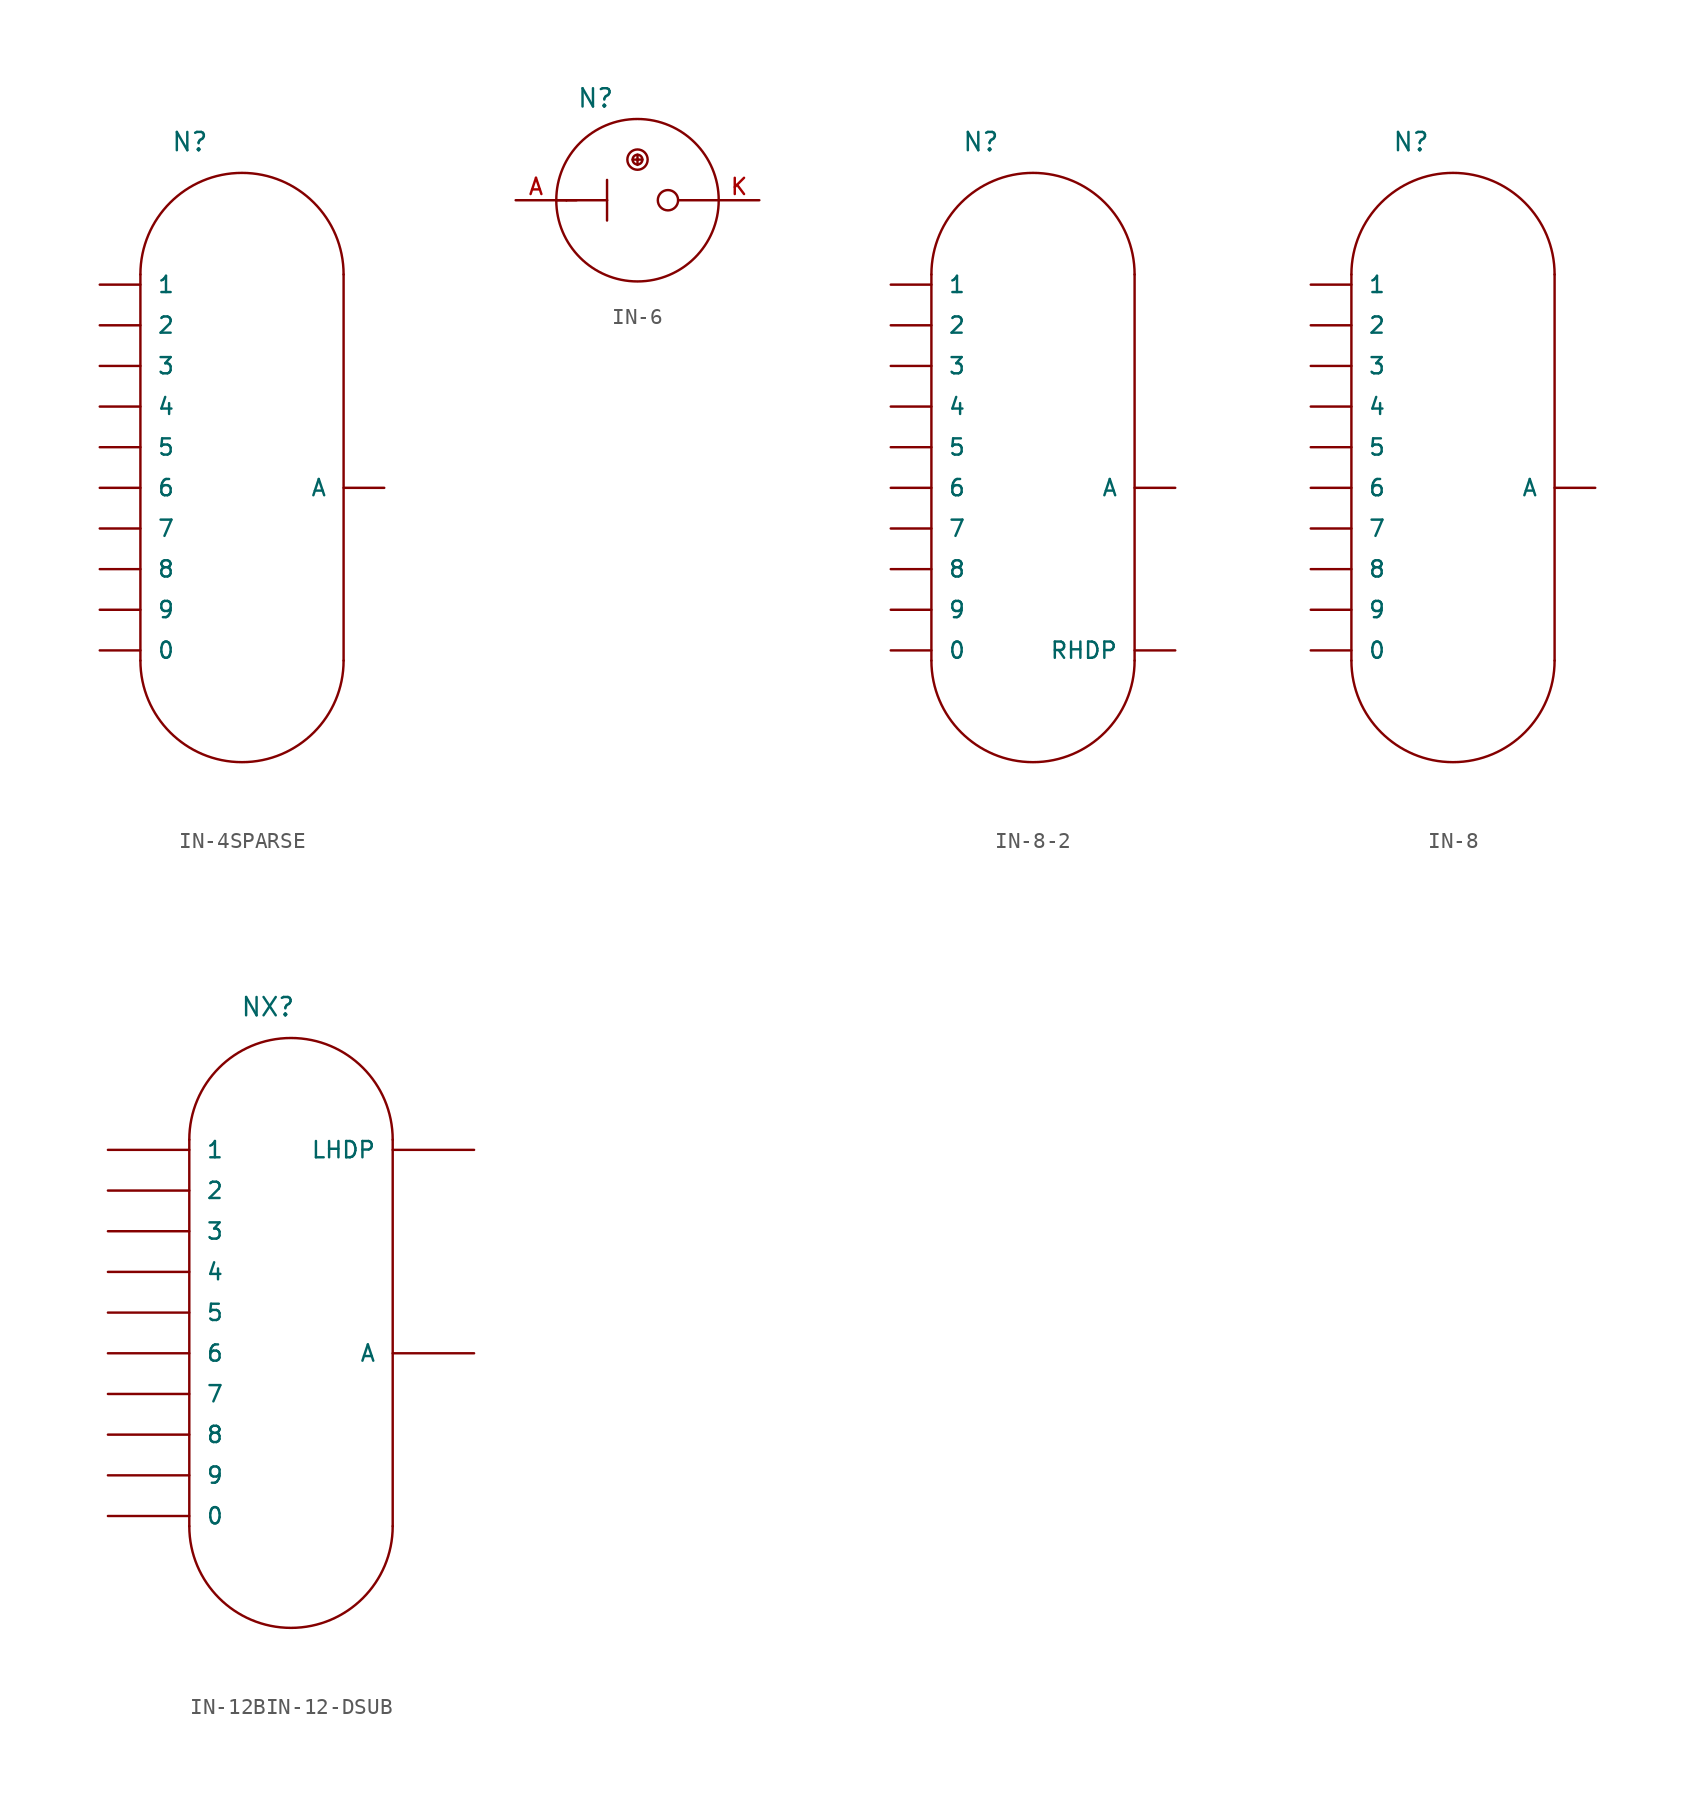
<source format=kicad_sym>
(kicad_symbol_lib
  (version 20231120)
  (generator "kicad_symbol_editor")
  (generator_version "8.0")
  (symbol "IN-4SPARSE"
    (pin_numbers hide)
    (pin_names
      (offset 1.016))
    (property "Reference" "N"
      (at -5.715 20.955 0)
      (effects (font (size 1.143 1.143)) (justify left bottom)))
    (property "ki_locked" ""
      (at 0 0 0)
      (effects (font (size 1.27 1.27))))
    (symbol "IN-4SPARSE_1_0"
      (polyline (pts (xy -7.62 -10.795) (xy -7.62 13.335)) (stroke (width 0) (type solid)) (fill (type none)))
      (polyline (pts (xy 5.08 -10.795) (xy 5.08 13.335)) (stroke (width 0) (type solid)) (fill (type none))))
    (symbol "IN-4SPARSE_1_1"
      (arc (start -7.62 -10.795) (mid -1.27 -17.145) (end 5.08 -10.795) (stroke (width 0) (type solid)) (fill (type none)))
      (arc (start 5.08 13.335) (mid -1.27 19.685) (end -7.62 13.335) (stroke (width 0) (type solid)) (fill (type none)))
      (pin bidirectional line (at -10.16 -10.16 0) (length 2.54) (name "0" (effects (font (size 1.016 1.016)))) (number "0" (effects (font (size 1.016 1.016)))))
      (pin bidirectional line (at -10.16 12.7 0) (length 2.54) (name "1" (effects (font (size 1.016 1.016)))) (number "1" (effects (font (size 1.016 1.016)))))
      (pin bidirectional line (at -10.16 10.16 0) (length 2.54) (name "2" (effects (font (size 1.016 1.016)))) (number "2" (effects (font (size 1.016 1.016)))))
      (pin bidirectional line (at -10.16 7.62 0) (length 2.54) (name "3" (effects (font (size 1.016 1.016)))) (number "3" (effects (font (size 1.016 1.016)))))
      (pin bidirectional line (at -10.16 5.08 0) (length 2.54) (name "4" (effects (font (size 1.016 1.016)))) (number "4" (effects (font (size 1.016 1.016)))))
      (pin bidirectional line (at -10.16 2.54 0) (length 2.54) (name "5" (effects (font (size 1.016 1.016)))) (number "5" (effects (font (size 1.016 1.016)))))
      (pin bidirectional line (at -10.16 0 0) (length 2.54) (name "6" (effects (font (size 1.016 1.016)))) (number "6" (effects (font (size 1.016 1.016)))))
      (pin bidirectional line (at -10.16 -2.54 0) (length 2.54) (name "7" (effects (font (size 1.016 1.016)))) (number "7" (effects (font (size 1.016 1.016)))))
      (pin bidirectional line (at -10.16 -5.08 0) (length 2.54) (name "8" (effects (font (size 1.016 1.016)))) (number "8" (effects (font (size 1.016 1.016)))))
      (pin bidirectional line (at -10.16 -7.62 0) (length 2.54) (name "9" (effects (font (size 1.016 1.016)))) (number "9" (effects (font (size 1.016 1.016)))))
      (pin bidirectional line (at 7.62 0 180) (length 2.54) (name "A" (effects (font (size 1.016 1.016)))) (number "A3" (effects (font (size 1.016 1.016)))))))
  (symbol "IN-6"
    (pin_names
      (offset 1.016) hide)
    (property "Reference" "N"
      (at -3.81 5.715 0)
      (effects (font (size 1.143 1.143)) (justify left bottom)))
    (property "ki_locked" ""
      (at 0 0 0)
      (effects (font (size 1.27 1.27))))
    (symbol "IN-6_1_0"
      (polyline (pts (xy -5.08 0) (xy -4.445 0)) (stroke (width 0) (type solid)) (fill (type none)))
      (polyline (pts (xy -4.445 0) (xy -5.08 0)) (stroke (width 0) (type solid)) (fill (type none)))
      (polyline (pts (xy -4.445 0) (xy -1.905 0)) (stroke (width 0) (type solid)) (fill (type none)))
      (polyline (pts (xy -3.81 0) (xy -4.445 0)) (stroke (width 0) (type solid)) (fill (type none)))
      (polyline (pts (xy -1.905 0) (xy -1.905 -1.27)) (stroke (width 0) (type solid)) (fill (type none)))
      (polyline (pts (xy -1.905 0) (xy -1.905 1.27)) (stroke (width 0) (type solid)) (fill (type none)))
      (polyline (pts (xy -0.305 2.54) (xy 0 2.54)) (stroke (width 0) (type solid)) (fill (type none)))
      (polyline (pts (xy 0 2.54) (xy 0 2.21)) (stroke (width 0) (type solid)) (fill (type none)))
      (polyline (pts (xy 0 2.54) (xy 0 2.845)) (stroke (width 0) (type solid)) (fill (type none)))
      (polyline (pts (xy 0 2.54) (xy 0.305 2.54)) (stroke (width 0) (type solid)) (fill (type none)))
      (polyline (pts (xy 5.08 0) (xy 2.54 0)) (stroke (width 0) (type solid)) (fill (type none))))
    (symbol "IN-6_1_1"
      (circle (center 0 0) (radius 5.08) (stroke (width 0) (type solid)) (fill (type none)))
      (circle (center 0 2.54) (radius 0.305) (stroke (width 0) (type solid)) (fill (type none)))
      (circle (center 0 2.54) (radius 0.635) (stroke (width 0) (type solid)) (fill (type none)))
      (circle (center 1.905 0) (radius 0.635) (stroke (width 0) (type solid)) (fill (type none)))
      (pin bidirectional line (at -7.62 0 0) (length 2.54) (name "A" (effects (font (size 1.016 1.016)))) (number "A" (effects (font (size 1.016 1.016)))))
      (pin bidirectional line (at 7.62 0 180) (length 2.54) (name "K" (effects (font (size 1.016 1.016)))) (number "K" (effects (font (size 1.016 1.016)))))))
  (symbol "IN-8-2"
    (pin_numbers hide)
    (pin_names
      (offset 1.016))
    (property "Reference" "N"
      (at -3.175 20.955 0)
      (effects (font (size 1.143 1.143)) (justify left bottom)))
    (property "ki_locked" ""
      (at 0 0 0)
      (effects (font (size 1.27 1.27))))
    (symbol "IN-8-2_1_0"
      (polyline (pts (xy -5.08 -10.795) (xy -5.08 13.335)) (stroke (width 0) (type solid)) (fill (type none)))
      (polyline (pts (xy 7.62 -10.795) (xy 7.62 13.335)) (stroke (width 0) (type solid)) (fill (type none))))
    (symbol "IN-8-2_1_1"
      (arc (start -5.08 -10.795) (mid 1.27 -17.145) (end 7.62 -10.795) (stroke (width 0) (type solid)) (fill (type none)))
      (arc (start 7.62 13.335) (mid 1.27 19.685) (end -5.08 13.335) (stroke (width 0) (type solid)) (fill (type none)))
      (pin bidirectional line (at 10.16 -10.16 180) (length 2.54) (name "RHDP" (effects (font (size 1.016 1.016)))) (number "." (effects (font (size 1.016 1.016)))))
      (pin bidirectional line (at -7.62 -10.16 0) (length 2.54) (name "0" (effects (font (size 1.016 1.016)))) (number "0" (effects (font (size 1.016 1.016)))))
      (pin bidirectional line (at -7.62 12.7 0) (length 2.54) (name "1" (effects (font (size 1.016 1.016)))) (number "1" (effects (font (size 1.016 1.016)))))
      (pin bidirectional line (at -7.62 10.16 0) (length 2.54) (name "2" (effects (font (size 1.016 1.016)))) (number "2" (effects (font (size 1.016 1.016)))))
      (pin bidirectional line (at -7.62 7.62 0) (length 2.54) (name "3" (effects (font (size 1.016 1.016)))) (number "3" (effects (font (size 1.016 1.016)))))
      (pin bidirectional line (at -7.62 5.08 0) (length 2.54) (name "4" (effects (font (size 1.016 1.016)))) (number "4" (effects (font (size 1.016 1.016)))))
      (pin bidirectional line (at -7.62 2.54 0) (length 2.54) (name "5" (effects (font (size 1.016 1.016)))) (number "5" (effects (font (size 1.016 1.016)))))
      (pin bidirectional line (at -7.62 0 0) (length 2.54) (name "6" (effects (font (size 1.016 1.016)))) (number "6" (effects (font (size 1.016 1.016)))))
      (pin bidirectional line (at -7.62 -2.54 0) (length 2.54) (name "7" (effects (font (size 1.016 1.016)))) (number "7" (effects (font (size 1.016 1.016)))))
      (pin bidirectional line (at -7.62 -5.08 0) (length 2.54) (name "8" (effects (font (size 1.016 1.016)))) (number "8" (effects (font (size 1.016 1.016)))))
      (pin bidirectional line (at -7.62 -7.62 0) (length 2.54) (name "9" (effects (font (size 1.016 1.016)))) (number "9" (effects (font (size 1.016 1.016)))))
      (pin bidirectional line (at 10.16 0 180) (length 2.54) (name "A" (effects (font (size 1.016 1.016)))) (number "A" (effects (font (size 1.016 1.016)))))))
  (symbol "IN-8"
    (pin_numbers hide)
    (pin_names
      (offset 1.016))
    (property "Reference" "N"
      (at -5.08 20.955 0)
      (effects (font (size 1.143 1.143)) (justify left bottom)))
    (property "ki_locked" ""
      (at 0 0 0)
      (effects (font (size 1.27 1.27))))
    (symbol "IN-8_1_0"
      (polyline (pts (xy -7.62 -10.795) (xy -7.62 13.335)) (stroke (width 0) (type solid)) (fill (type none)))
      (polyline (pts (xy 5.08 -10.795) (xy 5.08 13.335)) (stroke (width 0) (type solid)) (fill (type none))))
    (symbol "IN-8_1_1"
      (arc (start -7.62 -10.795) (mid -1.27 -17.145) (end 5.08 -10.795) (stroke (width 0) (type solid)) (fill (type none)))
      (arc (start 5.08 13.335) (mid -1.27 19.685) (end -7.62 13.335) (stroke (width 0) (type solid)) (fill (type none)))
      (pin bidirectional line (at -10.16 -10.16 0) (length 2.54) (name "0" (effects (font (size 1.016 1.016)))) (number "0" (effects (font (size 1.016 1.016)))))
      (pin bidirectional line (at -10.16 12.7 0) (length 2.54) (name "1" (effects (font (size 1.016 1.016)))) (number "1" (effects (font (size 1.016 1.016)))))
      (pin bidirectional line (at -10.16 10.16 0) (length 2.54) (name "2" (effects (font (size 1.016 1.016)))) (number "2" (effects (font (size 1.016 1.016)))))
      (pin bidirectional line (at -10.16 7.62 0) (length 2.54) (name "3" (effects (font (size 1.016 1.016)))) (number "3" (effects (font (size 1.016 1.016)))))
      (pin bidirectional line (at -10.16 5.08 0) (length 2.54) (name "4" (effects (font (size 1.016 1.016)))) (number "4" (effects (font (size 1.016 1.016)))))
      (pin bidirectional line (at -10.16 2.54 0) (length 2.54) (name "5" (effects (font (size 1.016 1.016)))) (number "5" (effects (font (size 1.016 1.016)))))
      (pin bidirectional line (at -10.16 0 0) (length 2.54) (name "6" (effects (font (size 1.016 1.016)))) (number "6" (effects (font (size 1.016 1.016)))))
      (pin bidirectional line (at -10.16 -2.54 0) (length 2.54) (name "7" (effects (font (size 1.016 1.016)))) (number "7" (effects (font (size 1.016 1.016)))))
      (pin bidirectional line (at -10.16 -5.08 0) (length 2.54) (name "8" (effects (font (size 1.016 1.016)))) (number "8" (effects (font (size 1.016 1.016)))))
      (pin bidirectional line (at -10.16 -7.62 0) (length 2.54) (name "9" (effects (font (size 1.016 1.016)))) (number "9" (effects (font (size 1.016 1.016)))))
      (pin bidirectional line (at 7.62 0 180) (length 2.54) (name "A" (effects (font (size 1.016 1.016)))) (number "A" (effects (font (size 1.016 1.016)))))))
  (symbol "IN-12BIN-12-DSUB"
    (pin_numbers hide)
    (pin_names
      (offset 1.016))
    (property "Reference" "NX"
      (at -4.445 20.955 0)
      (effects (font (size 1.143 1.143)) (justify left bottom)))
    (property "ki_locked" ""
      (at 0 0 0)
      (effects (font (size 1.27 1.27))))
    (symbol "IN-12BIN-12-DSUB_1_0"
      (polyline (pts (xy -7.62 -10.795) (xy -7.62 13.335)) (stroke (width 0) (type solid)) (fill (type none)))
      (polyline (pts (xy 5.08 -10.795) (xy 5.08 13.335)) (stroke (width 0) (type solid)) (fill (type none))))
    (symbol "IN-12BIN-12-DSUB_1_1"
      (arc (start -7.62 -10.795) (mid -1.27 -17.145) (end 5.08 -10.795) (stroke (width 0) (type solid)) (fill (type none)))
      (arc (start 5.08 13.335) (mid -1.27 19.685) (end -7.62 13.335) (stroke (width 0) (type solid)) (fill (type none)))
      (pin bidirectional line (at -12.7 -10.16 0) (length 5.08) (name "0" (effects (font (size 1.016 1.016)))) (number "0" (effects (font (size 1.016 1.016)))))
      (pin bidirectional line (at -12.7 12.7 0) (length 5.08) (name "1" (effects (font (size 1.016 1.016)))) (number "1" (effects (font (size 1.016 1.016)))))
      (pin bidirectional line (at -12.7 10.16 0) (length 5.08) (name "2" (effects (font (size 1.016 1.016)))) (number "2" (effects (font (size 1.016 1.016)))))
      (pin bidirectional line (at -12.7 7.62 0) (length 5.08) (name "3" (effects (font (size 1.016 1.016)))) (number "3" (effects (font (size 1.016 1.016)))))
      (pin bidirectional line (at -12.7 5.08 0) (length 5.08) (name "4" (effects (font (size 1.016 1.016)))) (number "4" (effects (font (size 1.016 1.016)))))
      (pin bidirectional line (at -12.7 2.54 0) (length 5.08) (name "5" (effects (font (size 1.016 1.016)))) (number "5" (effects (font (size 1.016 1.016)))))
      (pin bidirectional line (at -12.7 0 0) (length 5.08) (name "6" (effects (font (size 1.016 1.016)))) (number "6" (effects (font (size 1.016 1.016)))))
      (pin bidirectional line (at -12.7 -2.54 0) (length 5.08) (name "7" (effects (font (size 1.016 1.016)))) (number "7" (effects (font (size 1.016 1.016)))))
      (pin bidirectional line (at -12.7 -5.08 0) (length 5.08) (name "8" (effects (font (size 1.016 1.016)))) (number "8" (effects (font (size 1.016 1.016)))))
      (pin bidirectional line (at -12.7 -7.62 0) (length 5.08) (name "9" (effects (font (size 1.016 1.016)))) (number "9" (effects (font (size 1.016 1.016)))))
      (pin bidirectional line (at 10.16 0 180) (length 5.08) (name "A" (effects (font (size 1.016 1.016)))) (number "A" (effects (font (size 1.016 1.016)))))
      (pin bidirectional line (at 10.16 12.7 180) (length 5.08) (name "LHDP" (effects (font (size 1.016 1.016)))) (number "LHDP" (effects (font (size 1.016 1.016))))))))
</source>
